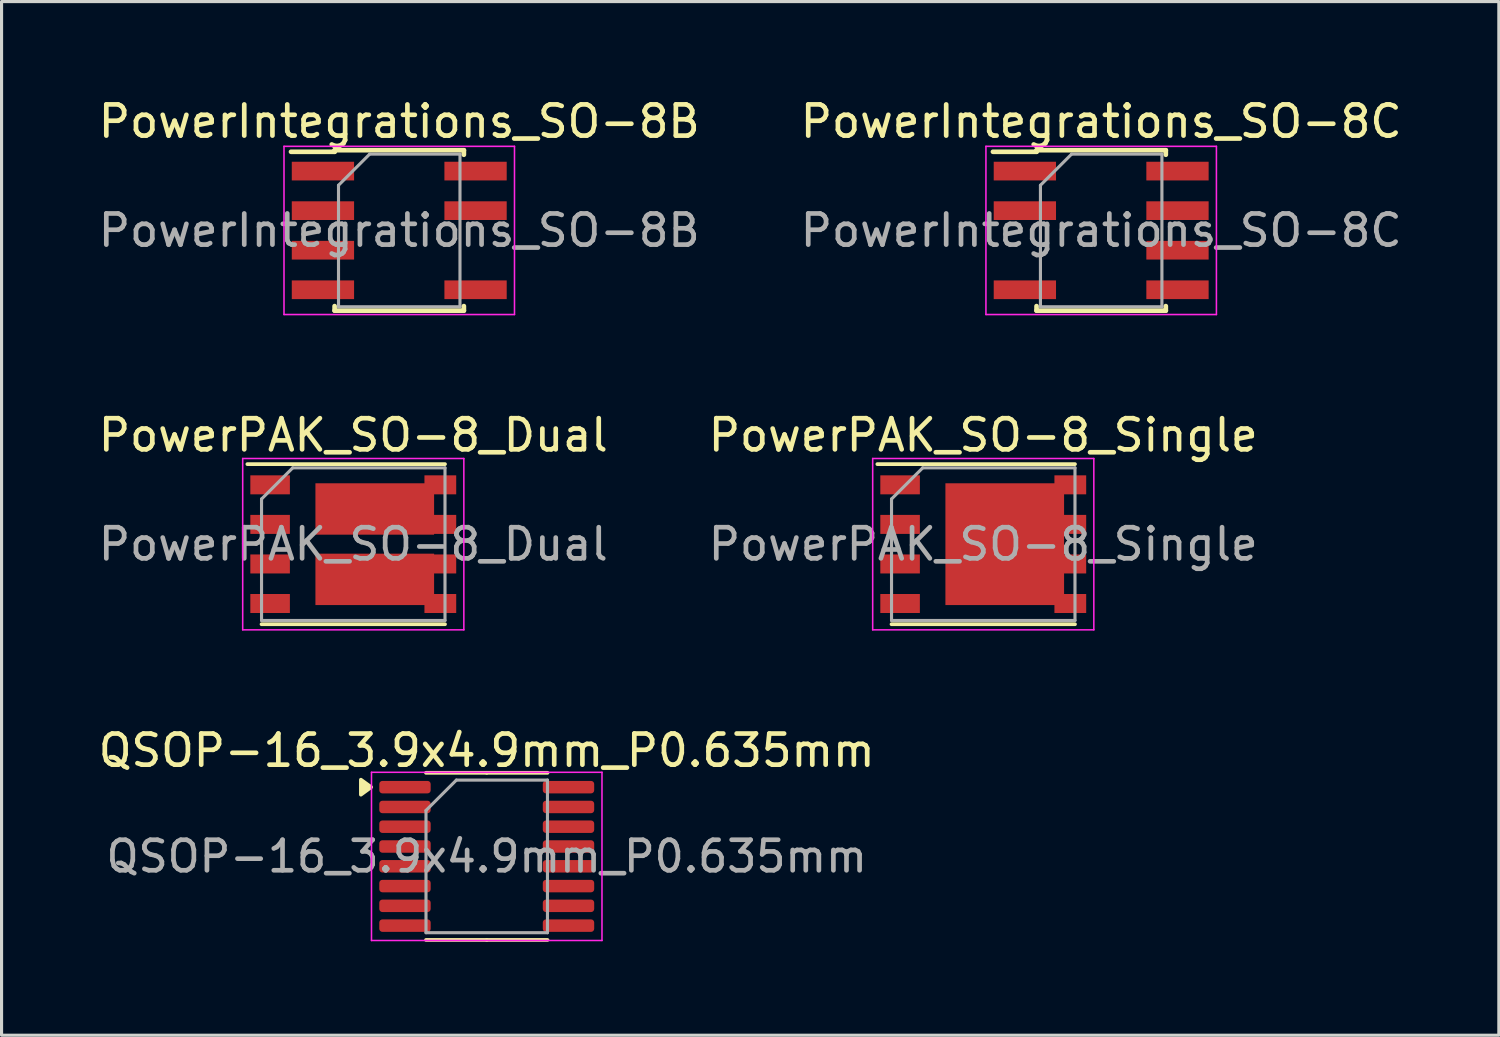
<source format=kicad_pcb>
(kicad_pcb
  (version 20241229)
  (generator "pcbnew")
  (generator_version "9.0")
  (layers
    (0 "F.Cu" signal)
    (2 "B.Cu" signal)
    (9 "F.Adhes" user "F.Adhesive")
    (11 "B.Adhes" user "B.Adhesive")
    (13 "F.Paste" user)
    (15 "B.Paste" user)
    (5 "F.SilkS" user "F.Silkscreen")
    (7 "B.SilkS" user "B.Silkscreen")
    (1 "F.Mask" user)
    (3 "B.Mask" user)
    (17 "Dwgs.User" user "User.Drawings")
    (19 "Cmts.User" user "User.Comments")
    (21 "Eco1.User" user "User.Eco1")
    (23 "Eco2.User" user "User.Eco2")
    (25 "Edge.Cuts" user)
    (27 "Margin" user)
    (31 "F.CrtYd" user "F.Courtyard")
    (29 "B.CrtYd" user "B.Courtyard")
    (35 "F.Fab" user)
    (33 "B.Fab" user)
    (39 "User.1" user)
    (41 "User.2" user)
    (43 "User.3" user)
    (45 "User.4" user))
  (footprint "PowerPAK_SO-8_Dual"
    (layer "F.Cu")
    (at 8.292 14.421)
    (property "Reference" "PowerPAK_SO-8_Dual" (at 0 -3.5 0) (layer "F.SilkS") (effects (font (size 1 1) (thickness 0.15))))
    (attr smd)
    (fp_line (start -3.4 -2.57) (end 2.945 -2.57) (stroke (width 0.12) (type solid)) (layer "F.SilkS"))
    (fp_line (start -2.945 2.57) (end 2.945 2.57) (stroke (width 0.12) (type solid)) (layer "F.SilkS"))
    (fp_line (start -3.55 -2.75) (end -3.55 2.75) (stroke (width 0.05) (type solid)) (layer "F.CrtYd"))
    (fp_line (start -3.55 -2.75) (end 3.55 -2.75) (stroke (width 0.05) (type solid)) (layer "F.CrtYd"))
    (fp_line (start -3.55 2.75) (end 3.55 2.75) (stroke (width 0.05) (type solid)) (layer "F.CrtYd"))
    (fp_line (start 3.55 -2.75) (end 3.55 2.75) (stroke (width 0.05) (type solid)) (layer "F.CrtYd"))
    (fp_line (start -2.945 2.45) (end -2.945 -1.45) (stroke (width 0.1) (type solid)) (layer "F.Fab"))
    (fp_line (start -1.945 -2.45) (end -2.945 -1.45) (stroke (width 0.1) (type solid)) (layer "F.Fab"))
    (fp_line (start -1.945 -2.45) (end 2.945 -2.45) (stroke (width 0.1) (type solid)) (layer "F.Fab"))
    (fp_line (start 2.945 -2.45) (end 2.945 2.45) (stroke (width 0.1) (type solid)) (layer "F.Fab"))
    (fp_line (start 2.945 2.45) (end -2.945 2.45) (stroke (width 0.1) (type solid)) (layer "F.Fab"))
    (fp_text user "${REFERENCE}" (at 0 0 0) (layer "F.Fab") (effects (font (size 1 1) (thickness 0.15))))
    (pad "1" smd rect (at -2.67 -1.905) (size 1.27 0.61) (layers "F.Cu" "F.Mask" "F.Paste"))
    (pad "2" smd rect (at -2.67 -0.635) (size 1.27 0.61) (layers "F.Cu" "F.Mask" "F.Paste"))
    (pad "3" smd rect (at -2.67 0.635) (size 1.27 0.61) (layers "F.Cu" "F.Mask" "F.Paste"))
    (pad "4" smd rect (at -2.67 1.905) (size 1.27 0.61) (layers "F.Cu" "F.Mask" "F.Paste"))
    (pad "5" smd rect (at 0.69 -1.13) (size 3.81 1.65) (layers "F.Cu" "F.Mask" "F.Paste"))
    (pad "5" smd rect (at 2.795 -1.905) (size 1.02 0.61) (layers "F.Cu" "F.Mask" "F.Paste"))
    (pad "5" smd rect (at 2.795 -0.635) (size 1.02 0.61) (layers "F.Cu" "F.Mask" "F.Paste"))
    (pad "6" smd rect (at 0.69 1.13) (size 3.81 1.65) (layers "F.Cu" "F.Mask" "F.Paste"))
    (pad "6" smd rect (at 2.795 0.635) (size 1.02 0.61) (layers "F.Cu" "F.Mask" "F.Paste"))
    (pad "6" smd rect (at 2.795 1.905) (size 1.02 0.61) (layers "F.Cu" "F.Mask" "F.Paste")))
  (footprint "PowerPAK_SO-8_Single"
    (layer "F.Cu")
    (at 28.518 14.421)
    (property "Reference" "PowerPAK_SO-8_Single" (at 0 -3.5 0) (layer "F.SilkS") (effects (font (size 1 1) (thickness 0.15))))
    (attr smd)
    (fp_line (start -3.4 -2.57) (end 2.945 -2.57) (stroke (width 0.12) (type solid)) (layer "F.SilkS"))
    (fp_line (start -2.945 2.57) (end 2.945 2.57) (stroke (width 0.12) (type solid)) (layer "F.SilkS"))
    (fp_line (start -3.55 -2.75) (end -3.55 2.75) (stroke (width 0.05) (type solid)) (layer "F.CrtYd"))
    (fp_line (start -3.55 -2.75) (end 3.55 -2.75) (stroke (width 0.05) (type solid)) (layer "F.CrtYd"))
    (fp_line (start -3.55 2.75) (end 3.55 2.75) (stroke (width 0.05) (type solid)) (layer "F.CrtYd"))
    (fp_line (start 3.55 -2.75) (end 3.55 2.75) (stroke (width 0.05) (type solid)) (layer "F.CrtYd"))
    (fp_line (start -2.945 2.45) (end -2.945 -1.45) (stroke (width 0.1) (type solid)) (layer "F.Fab"))
    (fp_line (start -1.945 -2.45) (end -2.945 -1.45) (stroke (width 0.1) (type solid)) (layer "F.Fab"))
    (fp_line (start -1.945 -2.45) (end 2.945 -2.45) (stroke (width 0.1) (type solid)) (layer "F.Fab"))
    (fp_line (start 2.945 -2.45) (end 2.945 2.45) (stroke (width 0.1) (type solid)) (layer "F.Fab"))
    (fp_line (start 2.945 2.45) (end -2.945 2.45) (stroke (width 0.1) (type solid)) (layer "F.Fab"))
    (fp_text user "${REFERENCE}" (at 0 0 0) (layer "F.Fab") (effects (font (size 1 1) (thickness 0.15))))
    (pad "1" smd rect (at -2.67 -1.905) (size 1.27 0.61) (layers "F.Cu" "F.Mask" "F.Paste"))
    (pad "2" smd rect (at -2.67 -0.635) (size 1.27 0.61) (layers "F.Cu" "F.Mask" "F.Paste"))
    (pad "3" smd rect (at -2.67 0.635) (size 1.27 0.61) (layers "F.Cu" "F.Mask" "F.Paste"))
    (pad "4" smd rect (at -2.67 1.905) (size 1.27 0.61) (layers "F.Cu" "F.Mask" "F.Paste"))
    (pad "5" smd rect (at 0.69 0) (size 3.81 3.91) (layers "F.Cu" "F.Mask" "F.Paste"))
    (pad "5" smd rect (at 2.795 -1.905) (size 1.02 0.61) (layers "F.Cu" "F.Mask" "F.Paste"))
    (pad "5" smd rect (at 2.795 -0.635) (size 1.02 0.61) (layers "F.Cu" "F.Mask" "F.Paste"))
    (pad "5" smd rect (at 2.795 0.635) (size 1.02 0.61) (layers "F.Cu" "F.Mask" "F.Paste"))
    (pad "5" smd rect (at 2.795 1.905) (size 1.02 0.61) (layers "F.Cu" "F.Mask" "F.Paste")))
  (footprint "PowerIntegrations_SO-8C"
    (layer "F.Cu")
    (at 32.304 4.348)
    (property "Reference" "PowerIntegrations_SO-8C" (at 0 -3.5 0) (layer "F.SilkS") (effects (font (size 1 1) (thickness 0.15))))
    (attr smd)
    (fp_line (start -2.075 -2.575) (end -2.075 -2.525) (stroke (width 0.15) (type solid)) (layer "F.SilkS"))
    (fp_line (start -2.075 -2.575) (end 2.075 -2.575) (stroke (width 0.15) (type solid)) (layer "F.SilkS"))
    (fp_line (start -2.075 -2.525) (end -3.475 -2.525) (stroke (width 0.15) (type solid)) (layer "F.SilkS"))
    (fp_line (start -2.075 2.575) (end -2.075 2.43) (stroke (width 0.15) (type solid)) (layer "F.SilkS"))
    (fp_line (start -2.075 2.575) (end 2.075 2.575) (stroke (width 0.15) (type solid)) (layer "F.SilkS"))
    (fp_line (start 2.075 -2.575) (end 2.075 -2.43) (stroke (width 0.15) (type solid)) (layer "F.SilkS"))
    (fp_line (start 2.075 2.575) (end 2.075 2.43) (stroke (width 0.15) (type solid)) (layer "F.SilkS"))
    (fp_line (start -3.7 -2.7) (end -3.7 2.7) (stroke (width 0.05) (type solid)) (layer "F.CrtYd"))
    (fp_line (start -3.7 -2.7) (end 3.7 -2.7) (stroke (width 0.05) (type solid)) (layer "F.CrtYd"))
    (fp_line (start 3.7 2.7) (end -3.7 2.7) (stroke (width 0.05) (type solid)) (layer "F.CrtYd"))
    (fp_line (start 3.7 2.7) (end 3.7 -2.7) (stroke (width 0.05) (type solid)) (layer "F.CrtYd"))
    (fp_line (start -1.95 -1.45) (end -0.95 -2.45) (stroke (width 0.1) (type solid)) (layer "F.Fab"))
    (fp_line (start -1.95 2.45) (end -1.95 -1.45) (stroke (width 0.1) (type solid)) (layer "F.Fab"))
    (fp_line (start -0.95 -2.45) (end 1.95 -2.45) (stroke (width 0.1) (type solid)) (layer "F.Fab"))
    (fp_line (start 1.95 -2.45) (end 1.95 2.45) (stroke (width 0.1) (type solid)) (layer "F.Fab"))
    (fp_line (start 1.95 2.45) (end -1.95 2.45) (stroke (width 0.1) (type solid)) (layer "F.Fab"))
    (fp_text user "${REFERENCE}" (at 0 0 0) (layer "F.Fab") (effects (font (size 1 1) (thickness 0.15))))
    (pad "1" smd rect (at -2.45 -1.905) (size 2 0.6) (layers "F.Cu" "F.Mask" "F.Paste"))
    (pad "2" smd rect (at -2.45 -0.635) (size 2 0.6) (layers "F.Cu" "F.Mask" "F.Paste"))
    (pad "4" smd rect (at -2.45 1.905) (size 2 0.6) (layers "F.Cu" "F.Mask" "F.Paste"))
    (pad "5" smd rect (at 2.45 1.905) (size 2 0.6) (layers "F.Cu" "F.Mask" "F.Paste"))
    (pad "6" smd rect (at 2.45 0.635) (size 2 0.6) (layers "F.Cu" "F.Mask" "F.Paste"))
    (pad "7" smd rect (at 2.45 -0.635) (size 2 0.6) (layers "F.Cu" "F.Mask" "F.Paste"))
    (pad "8" smd rect (at 2.45 -1.905) (size 2 0.6) (layers "F.Cu" "F.Mask" "F.Paste")))
  (footprint "QSOP-16_3.9x4.9mm_P0.635mm"
    (layer "F.Cu")
    (at 12.577 24.445)
    (property "Reference" "QSOP-16_3.9x4.9mm_P0.635mm" (at 0 -3.4 0) (layer "F.SilkS") (effects (font (size 1 1) (thickness 0.15))))
    (attr smd)
    (fp_line (start 0 -2.683) (end -1.95 -2.683) (stroke (width 0.12) (type solid)) (layer "F.SilkS"))
    (fp_line (start 0 -2.683) (end 1.95 -2.683) (stroke (width 0.12) (type solid)) (layer "F.SilkS"))
    (fp_line (start 0 2.683) (end -1.95 2.683) (stroke (width 0.12) (type solid)) (layer "F.SilkS"))
    (fp_line (start 0 2.683) (end 1.95 2.683) (stroke (width 0.12) (type solid)) (layer "F.SilkS"))
    (fp_poly (pts (xy -3.71 -2.223) (xy -4.04 -2.462) (xy -4.04 -1.982) (xy -3.71 -2.223)) (stroke (width 0.12) (type solid)) (fill yes) (layer "F.SilkS"))
    (fp_line (start -3.7 -2.7) (end -3.7 2.7) (stroke (width 0.05) (type solid)) (layer "F.CrtYd"))
    (fp_line (start -3.7 2.7) (end 3.7 2.7) (stroke (width 0.05) (type solid)) (layer "F.CrtYd"))
    (fp_line (start 3.7 -2.7) (end -3.7 -2.7) (stroke (width 0.05) (type solid)) (layer "F.CrtYd"))
    (fp_line (start 3.7 2.7) (end 3.7 -2.7) (stroke (width 0.05) (type solid)) (layer "F.CrtYd"))
    (fp_line (start -1.95 -1.475) (end -0.975 -2.45) (stroke (width 0.1) (type solid)) (layer "F.Fab"))
    (fp_line (start -1.95 2.45) (end -1.95 -1.475) (stroke (width 0.1) (type solid)) (layer "F.Fab"))
    (fp_line (start -0.975 -2.45) (end 1.95 -2.45) (stroke (width 0.1) (type solid)) (layer "F.Fab"))
    (fp_line (start 1.95 -2.45) (end 1.95 2.45) (stroke (width 0.1) (type solid)) (layer "F.Fab"))
    (fp_line (start 1.95 2.45) (end -1.95 2.45) (stroke (width 0.1) (type solid)) (layer "F.Fab"))
    (fp_text user "${REFERENCE}" (at 0 0 0) (layer "F.Fab") (effects (font (size 0.98 0.98) (thickness 0.15))))
    (pad "1" smd roundrect (at -2.625 -2.223) (size 1.65 0.4) (layers "F.Cu" "F.Mask" "F.Paste") (roundrect_rratio 0.25))
    (pad "2" smd roundrect (at -2.625 -1.587) (size 1.65 0.4) (layers "F.Cu" "F.Mask" "F.Paste") (roundrect_rratio 0.25))
    (pad "3" smd roundrect (at -2.625 -0.953) (size 1.65 0.4) (layers "F.Cu" "F.Mask" "F.Paste") (roundrect_rratio 0.25))
    (pad "4" smd roundrect (at -2.625 -0.318) (size 1.65 0.4) (layers "F.Cu" "F.Mask" "F.Paste") (roundrect_rratio 0.25))
    (pad "5" smd roundrect (at -2.625 0.318) (size 1.65 0.4) (layers "F.Cu" "F.Mask" "F.Paste") (roundrect_rratio 0.25))
    (pad "6" smd roundrect (at -2.625 0.953) (size 1.65 0.4) (layers "F.Cu" "F.Mask" "F.Paste") (roundrect_rratio 0.25))
    (pad "7" smd roundrect (at -2.625 1.587) (size 1.65 0.4) (layers "F.Cu" "F.Mask" "F.Paste") (roundrect_rratio 0.25))
    (pad "8" smd roundrect (at -2.625 2.223) (size 1.65 0.4) (layers "F.Cu" "F.Mask" "F.Paste") (roundrect_rratio 0.25))
    (pad "9" smd roundrect (at 2.625 2.223) (size 1.65 0.4) (layers "F.Cu" "F.Mask" "F.Paste") (roundrect_rratio 0.25))
    (pad "10" smd roundrect (at 2.625 1.587) (size 1.65 0.4) (layers "F.Cu" "F.Mask" "F.Paste") (roundrect_rratio 0.25))
    (pad "11" smd roundrect (at 2.625 0.953) (size 1.65 0.4) (layers "F.Cu" "F.Mask" "F.Paste") (roundrect_rratio 0.25))
    (pad "12" smd roundrect (at 2.625 0.318) (size 1.65 0.4) (layers "F.Cu" "F.Mask" "F.Paste") (roundrect_rratio 0.25))
    (pad "13" smd roundrect (at 2.625 -0.318) (size 1.65 0.4) (layers "F.Cu" "F.Mask" "F.Paste") (roundrect_rratio 0.25))
    (pad "14" smd roundrect (at 2.625 -0.953) (size 1.65 0.4) (layers "F.Cu" "F.Mask" "F.Paste") (roundrect_rratio 0.25))
    (pad "15" smd roundrect (at 2.625 -1.587) (size 1.65 0.4) (layers "F.Cu" "F.Mask" "F.Paste") (roundrect_rratio 0.25))
    (pad "16" smd roundrect (at 2.625 -2.223) (size 1.65 0.4) (layers "F.Cu" "F.Mask" "F.Paste") (roundrect_rratio 0.25)))
  (footprint "PowerIntegrations_SO-8B"
    (layer "F.Cu")
    (at 9.768 4.348)
    (property "Reference" "PowerIntegrations_SO-8B" (at 0 -3.5 0) (layer "F.SilkS") (effects (font (size 1 1) (thickness 0.15))))
    (attr smd)
    (fp_line (start -2.075 -2.575) (end -2.075 -2.525) (stroke (width 0.15) (type solid)) (layer "F.SilkS"))
    (fp_line (start -2.075 -2.575) (end 2.075 -2.575) (stroke (width 0.15) (type solid)) (layer "F.SilkS"))
    (fp_line (start -2.075 -2.525) (end -3.475 -2.525) (stroke (width 0.15) (type solid)) (layer "F.SilkS"))
    (fp_line (start -2.075 2.575) (end -2.075 2.43) (stroke (width 0.15) (type solid)) (layer "F.SilkS"))
    (fp_line (start -2.075 2.575) (end 2.075 2.575) (stroke (width 0.15) (type solid)) (layer "F.SilkS"))
    (fp_line (start 2.075 -2.575) (end 2.075 -2.43) (stroke (width 0.15) (type solid)) (layer "F.SilkS"))
    (fp_line (start 2.075 2.575) (end 2.075 2.43) (stroke (width 0.15) (type solid)) (layer "F.SilkS"))
    (fp_line (start -3.7 -2.7) (end -3.7 2.7) (stroke (width 0.05) (type solid)) (layer "F.CrtYd"))
    (fp_line (start -3.7 -2.7) (end 3.7 -2.7) (stroke (width 0.05) (type solid)) (layer "F.CrtYd"))
    (fp_line (start 3.7 2.7) (end -3.7 2.7) (stroke (width 0.05) (type solid)) (layer "F.CrtYd"))
    (fp_line (start 3.7 2.7) (end 3.7 -2.7) (stroke (width 0.05) (type solid)) (layer "F.CrtYd"))
    (fp_line (start -1.95 -1.45) (end -0.95 -2.45) (stroke (width 0.1) (type solid)) (layer "F.Fab"))
    (fp_line (start -1.95 2.45) (end -1.95 -1.45) (stroke (width 0.1) (type solid)) (layer "F.Fab"))
    (fp_line (start -0.95 -2.45) (end 1.95 -2.45) (stroke (width 0.1) (type solid)) (layer "F.Fab"))
    (fp_line (start 1.95 -2.45) (end 1.95 2.45) (stroke (width 0.1) (type solid)) (layer "F.Fab"))
    (fp_line (start 1.95 2.45) (end -1.95 2.45) (stroke (width 0.1) (type solid)) (layer "F.Fab"))
    (fp_text user "${REFERENCE}" (at 0 0 0) (layer "F.Fab") (effects (font (size 1 1) (thickness 0.15))))
    (pad "1" smd rect (at -2.45 -1.905) (size 2 0.6) (layers "F.Cu" "F.Mask" "F.Paste"))
    (pad "2" smd rect (at -2.45 -0.635) (size 2 0.6) (layers "F.Cu" "F.Mask" "F.Paste"))
    (pad "3" smd rect (at -2.45 0.635) (size 2 0.6) (layers "F.Cu" "F.Mask" "F.Paste"))
    (pad "4" smd rect (at -2.45 1.905) (size 2 0.6) (layers "F.Cu" "F.Mask" "F.Paste"))
    (pad "5" smd rect (at 2.45 1.905) (size 2 0.6) (layers "F.Cu" "F.Mask" "F.Paste"))
    (pad "7" smd rect (at 2.45 -0.635) (size 2 0.6) (layers "F.Cu" "F.Mask" "F.Paste"))
    (pad "8" smd rect (at 2.45 -1.905) (size 2 0.6) (layers "F.Cu" "F.Mask" "F.Paste")))
  (gr_rect
    (start -3 -3)
    (end 45.071 30.187)
    (stroke (width 0.1) (type default))
    (fill no)
    (layer "Edge.Cuts")))
</source>
